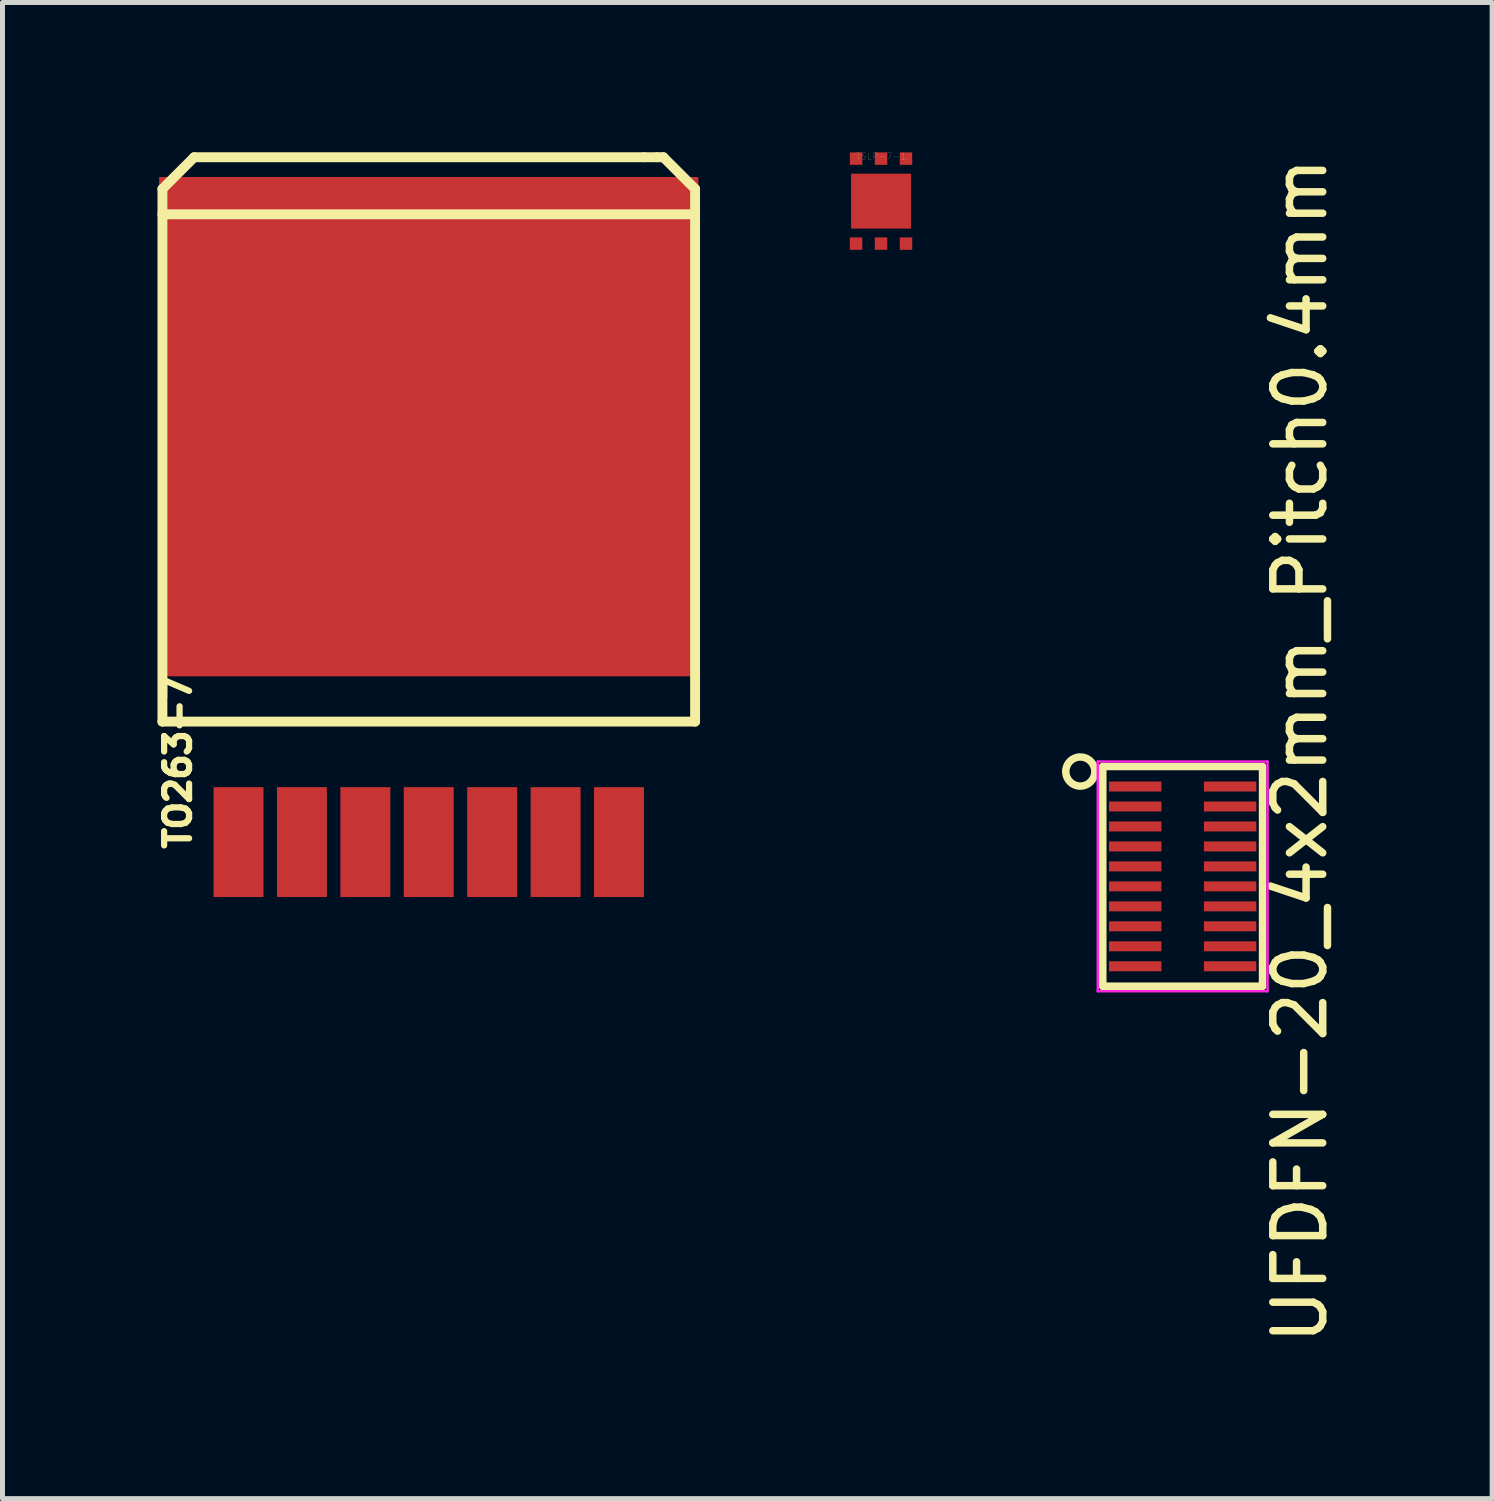
<source format=kicad_pcb>
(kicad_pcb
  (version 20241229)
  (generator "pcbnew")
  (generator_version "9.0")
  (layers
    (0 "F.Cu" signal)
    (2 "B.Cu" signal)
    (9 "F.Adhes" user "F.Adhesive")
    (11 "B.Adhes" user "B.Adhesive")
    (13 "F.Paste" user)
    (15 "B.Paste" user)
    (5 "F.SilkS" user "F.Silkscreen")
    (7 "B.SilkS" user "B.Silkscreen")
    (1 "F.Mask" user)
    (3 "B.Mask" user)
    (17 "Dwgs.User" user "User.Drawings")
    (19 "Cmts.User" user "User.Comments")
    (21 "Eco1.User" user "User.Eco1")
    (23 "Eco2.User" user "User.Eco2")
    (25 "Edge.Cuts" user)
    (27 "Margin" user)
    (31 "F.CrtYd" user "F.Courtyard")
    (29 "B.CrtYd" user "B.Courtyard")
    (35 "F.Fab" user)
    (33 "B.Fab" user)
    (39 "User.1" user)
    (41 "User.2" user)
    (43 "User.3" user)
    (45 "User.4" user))
  (footprint "UFDFN-20_4x2mm_Pitch0.4mm"
    (layer "F.Cu")
    (at 20.636 14.502)
    (property "Reference" "UFDFN-20_4x2mm_Pitch0.4mm" (at 2.35 -2.52 270) (layer "F.SilkS") (effects (font (size 1 1) (thickness 0.15))))
    (attr smd)
    (fp_line (start -1.6 -2.2) (end 1.6 -2.2) (stroke (width 0.15) (type solid)) (layer "F.SilkS"))
    (fp_line (start -1.6 2.2) (end -1.6 -2.2) (stroke (width 0.15) (type solid)) (layer "F.SilkS"))
    (fp_line (start 1.6 -2.2) (end 1.6 2.1) (stroke (width 0.15) (type solid)) (layer "F.SilkS"))
    (fp_line (start 1.6 2.1) (end 1.6 2.2) (stroke (width 0.15) (type solid)) (layer "F.SilkS"))
    (fp_line (start 1.6 2.2) (end -1.6 2.2) (stroke (width 0.15) (type solid)) (layer "F.SilkS"))
    (fp_circle (center -2.05 -2.1) (end -2.3 -2.25) (stroke (width 0.15) (type solid)) (fill no) (layer "F.SilkS"))
    (fp_line (start -1.7 -2.3) (end -1.7 2.3) (stroke (width 0.05) (type solid)) (layer "F.CrtYd"))
    (fp_line (start -1.7 -2.3) (end 1.7 -2.3) (stroke (width 0.05) (type solid)) (layer "F.CrtYd"))
    (fp_line (start -1.7 2.3) (end 1.7 2.3) (stroke (width 0.05) (type solid)) (layer "F.CrtYd"))
    (fp_line (start 1.7 -2.3) (end 1.7 2.3) (stroke (width 0.05) (type solid)) (layer "F.CrtYd"))
    (pad "1" smd rect (at -0.95 -1.8) (size 1.05 0.2) (layers "F.Cu" "F.Mask" "F.Paste"))
    (pad "2" smd rect (at -0.95 -1.4) (size 1.05 0.2) (layers "F.Cu" "F.Mask" "F.Paste"))
    (pad "3" smd rect (at -0.95 -1) (size 1.05 0.2) (layers "F.Cu" "F.Mask" "F.Paste"))
    (pad "4" smd rect (at -0.95 -0.6) (size 1.05 0.2) (layers "F.Cu" "F.Mask" "F.Paste"))
    (pad "5" smd rect (at -0.95 -0.2) (size 1.05 0.2) (layers "F.Cu" "F.Mask" "F.Paste"))
    (pad "6" smd rect (at -0.95 0.2) (size 1.05 0.2) (layers "F.Cu" "F.Mask" "F.Paste"))
    (pad "7" smd rect (at -0.95 0.6) (size 1.05 0.2) (layers "F.Cu" "F.Mask" "F.Paste"))
    (pad "8" smd rect (at -0.95 1) (size 1.05 0.2) (layers "F.Cu" "F.Mask" "F.Paste"))
    (pad "9" smd rect (at -0.95 1.4) (size 1.05 0.2) (layers "F.Cu" "F.Mask" "F.Paste"))
    (pad "10" smd rect (at -0.95 1.8) (size 1.05 0.2) (layers "F.Cu" "F.Mask" "F.Paste"))
    (pad "11" smd rect (at 0.95 1.8) (size 1.05 0.2) (layers "F.Cu" "F.Mask" "F.Paste"))
    (pad "12" smd rect (at 0.95 1.4) (size 1.05 0.2) (layers "F.Cu" "F.Mask" "F.Paste"))
    (pad "13" smd rect (at 0.95 1) (size 1.05 0.2) (layers "F.Cu" "F.Mask" "F.Paste"))
    (pad "14" smd rect (at 0.95 0.6) (size 1.05 0.2) (layers "F.Cu" "F.Mask" "F.Paste"))
    (pad "15" smd rect (at 0.95 0.2) (size 1.05 0.2) (layers "F.Cu" "F.Mask" "F.Paste"))
    (pad "16" smd rect (at 0.95 -0.2) (size 1.05 0.2) (layers "F.Cu" "F.Mask" "F.Paste"))
    (pad "17" smd rect (at 0.95 -0.6) (size 1.05 0.2) (layers "F.Cu" "F.Mask" "F.Paste"))
    (pad "18" smd rect (at 0.95 -1) (size 1.05 0.2) (layers "F.Cu" "F.Mask" "F.Paste"))
    (pad "19" smd rect (at 0.95 -1.4) (size 1.05 0.2) (layers "F.Cu" "F.Mask" "F.Paste"))
    (pad "20" smd rect (at 0.95 -1.8) (size 1.05 0.2) (layers "F.Cu" "F.Mask" "F.Paste")))
  (footprint "TO263-7"
    (layer "F.Cu")
    (at 5.537 13.815)
    (property "Reference" "TO263-7" (at -5.025 -1.6 90) (layer "F.SilkS") (effects (font (size 0.5 0.5) (thickness 0.125))))
    (attr smd)
    (fp_line (start -5.334 -13.081) (end -4.699 -13.716) (stroke (width 0.198) (type solid)) (layer "F.SilkS"))
    (fp_line (start -5.334 -2.413) (end -5.334 -13.081) (stroke (width 0.198) (type solid)) (layer "F.SilkS"))
    (fp_line (start -5.334 -2.413) (end 5.334 -2.413) (stroke (width 0.198) (type solid)) (layer "F.SilkS"))
    (fp_line (start -4.699 -13.716) (end 4.318 -13.716) (stroke (width 0.198) (type solid)) (layer "F.SilkS"))
    (fp_line (start 4.318 -13.716) (end 4.572 -13.716) (stroke (width 0.198) (type solid)) (layer "F.SilkS"))
    (fp_line (start 4.572 -13.716) (end 4.699 -13.716) (stroke (width 0.198) (type solid)) (layer "F.SilkS"))
    (fp_line (start 4.699 -13.716) (end 5.334 -13.081) (stroke (width 0.198) (type solid)) (layer "F.SilkS"))
    (fp_line (start 5.334 -13.081) (end 5.334 -2.413) (stroke (width 0.198) (type solid)) (layer "F.SilkS"))
    (fp_line (start 5.334 -12.573) (end -5.334 -12.573) (stroke (width 0.198) (type solid)) (layer "F.SilkS"))
    (pad "1" smd rect (at -3.81 0) (size 1 2.2) (layers "F.Cu" "F.Mask" "F.Paste"))
    (pad "2" smd rect (at -2.54 0) (size 1 2.2) (layers "F.Cu" "F.Mask" "F.Paste"))
    (pad "3" smd rect (at -1.27 0) (size 1 2.2) (layers "F.Cu" "F.Mask" "F.Paste"))
    (pad "4" smd rect (at 0 -8.32) (size 10.8 10) (layers "F.Cu" "F.Mask" "F.Paste"))
    (pad "4" smd rect (at 0 0) (size 1 2.2) (layers "F.Cu" "F.Mask" "F.Paste"))
    (pad "5" smd rect (at 1.27 0) (size 1 2.2) (layers "F.Cu" "F.Mask" "F.Paste"))
    (pad "6" smd rect (at 2.54 0) (size 1 2.2) (layers "F.Cu" "F.Mask" "F.Paste"))
    (pad "7" smd rect (at 3.81 0) (size 1 2.2) (layers "F.Cu" "F.Mask" "F.Paste")))
  (footprint "TSLP-7-1"
    (layer "F.Cu")
    (at 14.595 0.978)
    (property "Reference" "TSLP-7-1" (at 0 -0.899 0) (layer "F.SilkS") (effects (font (size 0.127 0.127) (thickness 0.003))))
    (attr smd)
    (pad "1" smd rect (at -0.5 0.851) (size 0.249 0.249) (layers "F.Cu" "F.Mask" "F.Paste"))
    (pad "2" smd rect (at 0 0.851) (size 0.249 0.249) (layers "F.Cu" "F.Mask" "F.Paste"))
    (pad "3" smd rect (at 0.5 0.851) (size 0.249 0.249) (layers "F.Cu" "F.Mask" "F.Paste" "Eco1.User"))
    (pad "4" smd rect (at 0.5 -0.851) (size 0.249 0.249) (layers "F.Cu" "F.Mask" "F.Paste"))
    (pad "5" smd rect (at 0 -0.851) (size 0.249 0.249) (layers "F.Cu" "F.Mask" "F.Paste"))
    (pad "6" smd rect (at -0.5 -0.851) (size 0.249 0.249) (layers "F.Cu" "F.Mask" "F.Paste"))
    (pad "7" smd rect (at 0 0) (size 1.199 1.1) (layers "F.Cu" "F.Mask" "F.Paste")))
  (gr_rect
    (start -3 -3)
    (end 26.834 26.964)
    (stroke (width 0.1) (type default))
    (fill no)
    (layer "Edge.Cuts")))
</source>
